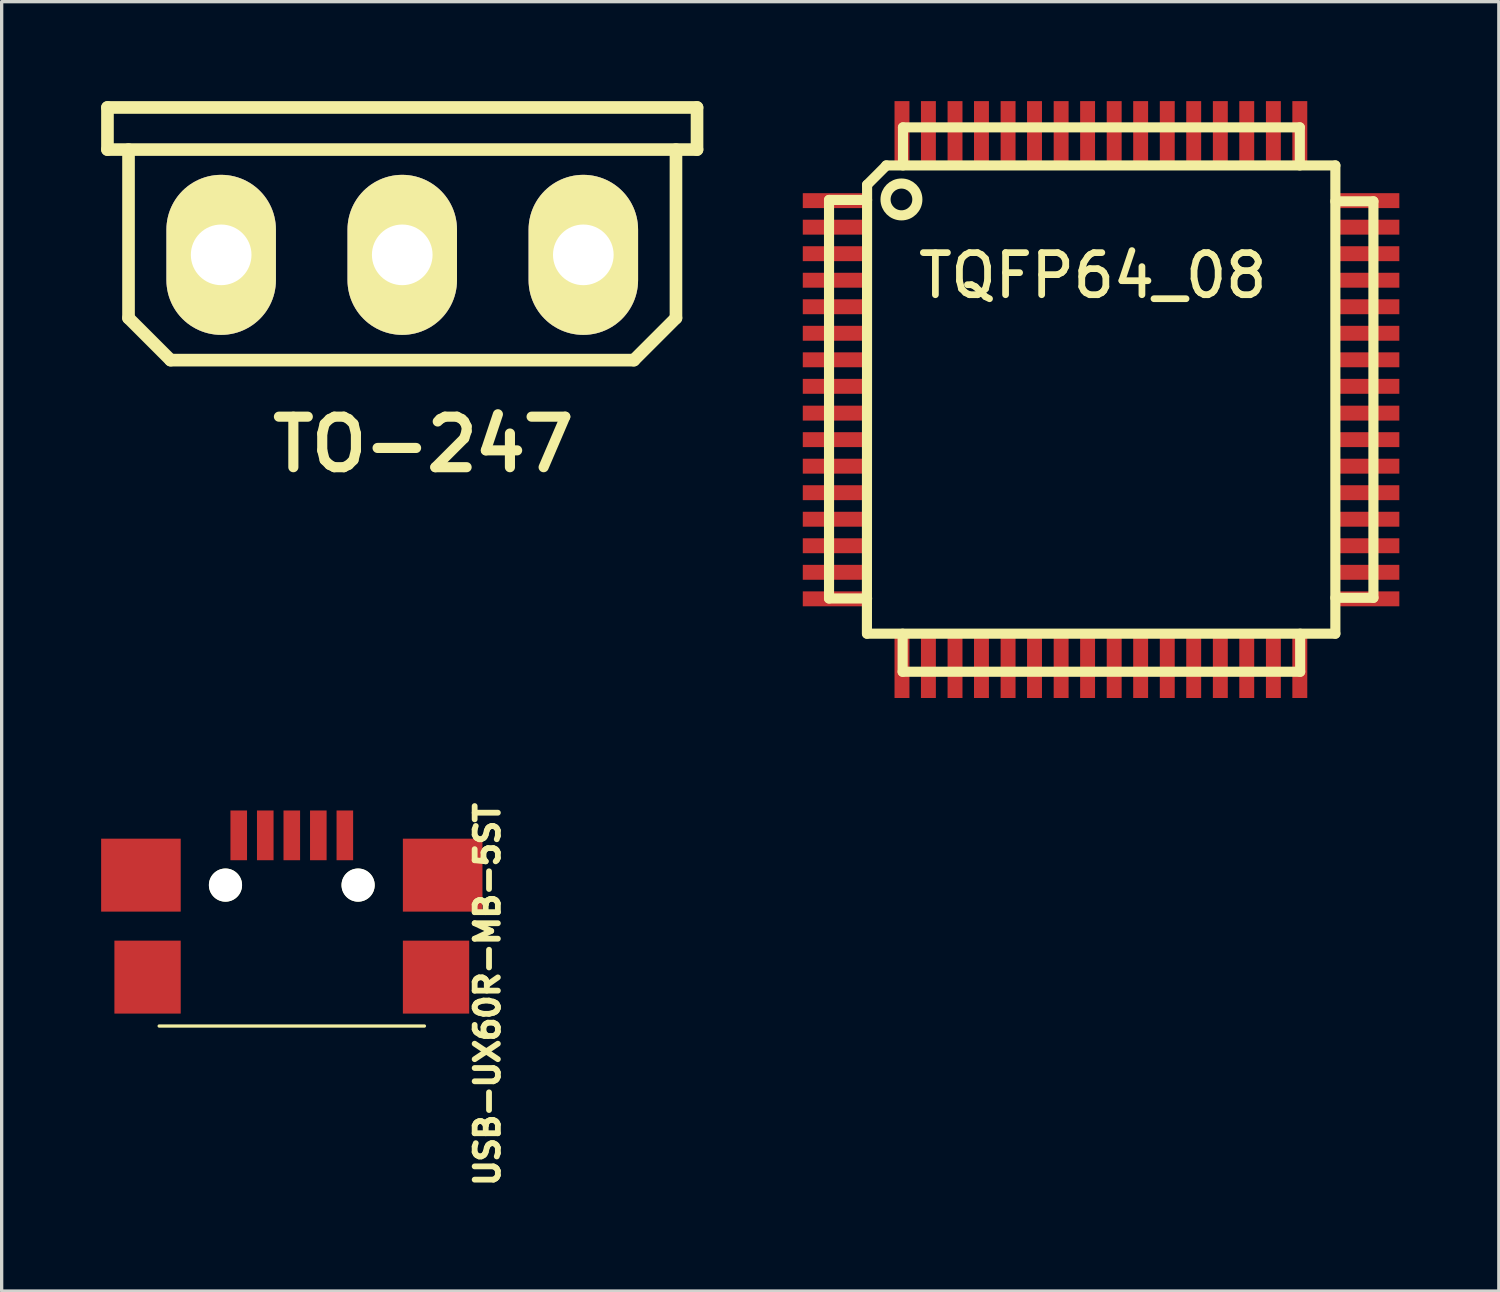
<source format=kicad_pcb>
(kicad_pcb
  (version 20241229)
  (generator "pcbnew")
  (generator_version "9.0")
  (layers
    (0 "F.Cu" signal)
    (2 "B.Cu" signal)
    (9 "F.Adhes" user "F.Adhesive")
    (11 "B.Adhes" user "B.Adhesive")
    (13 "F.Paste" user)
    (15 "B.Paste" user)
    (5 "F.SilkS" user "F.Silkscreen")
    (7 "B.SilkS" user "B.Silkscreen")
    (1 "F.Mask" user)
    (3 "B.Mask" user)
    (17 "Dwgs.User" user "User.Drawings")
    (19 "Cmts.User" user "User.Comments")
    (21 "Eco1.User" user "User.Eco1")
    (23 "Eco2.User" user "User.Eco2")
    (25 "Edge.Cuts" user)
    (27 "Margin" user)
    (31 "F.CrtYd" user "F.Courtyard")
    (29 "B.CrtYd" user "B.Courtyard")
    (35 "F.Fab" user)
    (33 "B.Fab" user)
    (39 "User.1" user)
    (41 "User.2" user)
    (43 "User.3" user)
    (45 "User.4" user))
  (footprint "TO-247"
    (layer "F.Cu")
    (at 9.081 4.636)
    (property "Reference" "TO-247" (at 0.635 5.715 0) (layer "F.SilkS") (effects (font (size 1.524 1.524) (thickness 0.305))))
    (attr through_hole)
    (fp_line (start -8.89 -4.445) (end 8.89 -4.445) (stroke (width 0.381) (type solid)) (layer "F.SilkS"))
    (fp_line (start -8.89 -3.175) (end -8.89 -4.445) (stroke (width 0.381) (type solid)) (layer "F.SilkS"))
    (fp_line (start -8.89 -3.175) (end 8.89 -3.175) (stroke (width 0.381) (type solid)) (layer "F.SilkS"))
    (fp_line (start -8.255 1.905) (end -8.255 -3.175) (stroke (width 0.381) (type solid)) (layer "F.SilkS"))
    (fp_line (start -6.985 3.175) (end -8.255 1.905) (stroke (width 0.381) (type solid)) (layer "F.SilkS"))
    (fp_line (start 6.985 3.175) (end -6.985 3.175) (stroke (width 0.381) (type solid)) (layer "F.SilkS"))
    (fp_line (start 8.255 -3.175) (end 8.255 1.905) (stroke (width 0.381) (type solid)) (layer "F.SilkS"))
    (fp_line (start 8.255 1.905) (end 6.985 3.175) (stroke (width 0.381) (type solid)) (layer "F.SilkS"))
    (fp_line (start 8.89 -4.445) (end 8.89 -3.175) (stroke (width 0.381) (type solid)) (layer "F.SilkS"))
    (pad "C" thru_hole oval (at 0 0) (size 3.302 4.826) (drill 1.829) (layers "*.Cu" "*.Mask" "F.SilkS"))
    (pad "E" thru_hole oval (at 5.461 0) (size 3.302 4.826) (drill 1.829) (layers "*.Cu" "*.Mask" "F.SilkS"))
    (pad "G" thru_hole oval (at -5.461 0) (size 3.302 4.826) (drill 1.829) (layers "*.Cu" "*.Mask" "F.SilkS")))
  (footprint "USB-UX60R-MB-5ST"
    (layer "F.Cu")
    (at 5.75 23.643)
    (property "Reference" "USB-UX60R-MB-5ST" (at 5.9 3.3 90) (layer "F.SilkS") (effects (font (size 0.7 0.7) (thickness 0.175))))
    (attr through_hole)
    (fp_line (start -4 4.25) (end 4 4.25) (stroke (width 0.099) (type solid)) (layer "F.SilkS"))
    (pad "" np_thru_hole circle (at -2 0) (size 1 1) (drill 1) (layers "*.Cu" "*.Mask" "F.SilkS"))
    (pad "" np_thru_hole circle (at 2 0) (size 1 1) (drill 1) (layers "*.Cu" "*.Mask" "F.SilkS"))
    (pad "1" smd rect (at 1.6 -1.5) (size 0.5 1.5) (layers "F.Cu" "F.Mask" "F.Paste"))
    (pad "2" smd rect (at 0.8 -1.5) (size 0.5 1.5) (layers "F.Cu" "F.Mask" "F.Paste"))
    (pad "3" smd rect (at 0 -1.5) (size 0.5 1.5) (layers "F.Cu" "F.Mask" "F.Paste"))
    (pad "4" smd rect (at -0.8 -1.5) (size 0.5 1.5) (layers "F.Cu" "F.Mask" "F.Paste"))
    (pad "5" smd rect (at -4.55 -0.3) (size 2.4 2.2) (layers "F.Cu" "F.Mask" "F.Paste"))
    (pad "5" smd rect (at -4.35 2.775) (size 2 2.2) (layers "F.Cu" "F.Mask" "F.Paste"))
    (pad "5" smd rect (at -1.6 -1.5) (size 0.5 1.5) (layers "F.Cu" "F.Mask" "F.Paste"))
    (pad "5" smd rect (at 4.35 2.775) (size 2 2.2) (layers "F.Cu" "F.Mask" "F.Paste"))
    (pad "5" smd rect (at 4.55 -0.3) (size 2.4 2.2) (layers "F.Cu" "F.Mask" "F.Paste")))
  (footprint "TQFP64_08"
    (layer "F.Cu")
    (at 30.151 9)
    (property "Reference" "TQFP64_08" (at -0.244 -3.739 0) (layer "F.SilkS") (effects (font (size 1.27 1.27) (thickness 0.203))))
    (attr through_hole)
    (fp_line (start -8.199 -6.02) (end -7.051 -6.02) (stroke (width 0.305) (type solid)) (layer "F.SilkS"))
    (fp_line (start -8.199 5.999) (end -8.199 -6.02) (stroke (width 0.305) (type solid)) (layer "F.SilkS"))
    (fp_line (start -7.051 -6.477) (end -7.056 7.061) (stroke (width 0.305) (type solid)) (layer "F.SilkS"))
    (fp_line (start -7.051 -6.477) (end -6.467 -7.061) (stroke (width 0.305) (type solid)) (layer "F.SilkS"))
    (fp_line (start -7.051 5.999) (end -8.199 5.999) (stroke (width 0.305) (type solid)) (layer "F.SilkS"))
    (fp_line (start -7.051 7.061) (end 7.071 7.061) (stroke (width 0.305) (type solid)) (layer "F.SilkS"))
    (fp_line (start -5.979 8.209) (end -5.979 7.061) (stroke (width 0.305) (type solid)) (layer "F.SilkS"))
    (fp_line (start -5.969 -8.209) (end 5.999 -8.209) (stroke (width 0.305) (type solid)) (layer "F.SilkS"))
    (fp_line (start -5.969 -7.061) (end -5.969 -8.209) (stroke (width 0.305) (type solid)) (layer "F.SilkS"))
    (fp_line (start 5.999 -8.209) (end 5.999 -7.061) (stroke (width 0.305) (type solid)) (layer "F.SilkS"))
    (fp_line (start 6.01 7.061) (end 6.01 8.209) (stroke (width 0.305) (type solid)) (layer "F.SilkS"))
    (fp_line (start 6.01 8.209) (end -5.979 8.209) (stroke (width 0.305) (type solid)) (layer "F.SilkS"))
    (fp_line (start 7.071 -7.061) (end -6.477 -7.061) (stroke (width 0.305) (type solid)) (layer "F.SilkS"))
    (fp_line (start 7.071 -7.061) (end 7.071 7.061) (stroke (width 0.305) (type solid)) (layer "F.SilkS"))
    (fp_line (start 7.071 -5.979) (end 8.219 -5.979) (stroke (width 0.305) (type solid)) (layer "F.SilkS"))
    (fp_line (start 8.219 -5.979) (end 8.219 5.979) (stroke (width 0.305) (type solid)) (layer "F.SilkS"))
    (fp_line (start 8.219 5.979) (end 7.071 5.979) (stroke (width 0.305) (type solid)) (layer "F.SilkS"))
    (fp_circle (center -6.015 -6.035) (end -5.608 -5.781) (stroke (width 0.305) (type solid)) (fill no) (layer "F.SilkS"))
    (pad "1" smd rect (at -7.991 -5.999) (size 1.999 0.45) (layers "F.Cu" "F.Mask" "F.Paste"))
    (pad "2" smd rect (at -7.991 -5.199) (size 1.999 0.45) (layers "F.Cu" "F.Mask" "F.Paste"))
    (pad "3" smd rect (at -7.991 -4.399) (size 1.999 0.45) (layers "F.Cu" "F.Mask" "F.Paste"))
    (pad "4" smd rect (at -7.991 -3.599) (size 1.999 0.45) (layers "F.Cu" "F.Mask" "F.Paste"))
    (pad "5" smd rect (at -7.991 -2.799) (size 1.999 0.45) (layers "F.Cu" "F.Mask" "F.Paste"))
    (pad "6" smd rect (at -7.991 -1.999) (size 1.999 0.45) (layers "F.Cu" "F.Mask" "F.Paste"))
    (pad "7" smd rect (at -7.991 -1.199) (size 1.999 0.45) (layers "F.Cu" "F.Mask" "F.Paste"))
    (pad "8" smd rect (at -7.991 -0.399) (size 1.999 0.45) (layers "F.Cu" "F.Mask" "F.Paste"))
    (pad "9" smd rect (at -7.991 0.409) (size 1.999 0.45) (layers "F.Cu" "F.Mask" "F.Paste"))
    (pad "10" smd rect (at -7.991 1.209) (size 1.999 0.45) (layers "F.Cu" "F.Mask" "F.Paste"))
    (pad "11" smd rect (at -7.991 2.009) (size 1.999 0.45) (layers "F.Cu" "F.Mask" "F.Paste"))
    (pad "12" smd rect (at -7.991 2.809) (size 1.999 0.45) (layers "F.Cu" "F.Mask" "F.Paste"))
    (pad "13" smd rect (at -7.991 3.609) (size 1.999 0.45) (layers "F.Cu" "F.Mask" "F.Paste"))
    (pad "14" smd rect (at -7.991 4.409) (size 1.999 0.45) (layers "F.Cu" "F.Mask" "F.Paste"))
    (pad "15" smd rect (at -7.991 5.21) (size 1.999 0.45) (layers "F.Cu" "F.Mask" "F.Paste"))
    (pad "16" smd rect (at -7.991 6.01) (size 1.999 0.45) (layers "F.Cu" "F.Mask" "F.Paste"))
    (pad "17" smd rect (at -5.999 8.001) (size 0.45 1.999) (layers "F.Cu" "F.Mask" "F.Paste"))
    (pad "18" smd rect (at -5.202 8.001) (size 0.45 1.999) (layers "F.Cu" "F.Mask" "F.Paste"))
    (pad "19" smd rect (at -4.399 8.001) (size 0.45 1.999) (layers "F.Cu" "F.Mask" "F.Paste"))
    (pad "20" smd rect (at -3.602 8.001) (size 0.45 1.999) (layers "F.Cu" "F.Mask" "F.Paste"))
    (pad "21" smd rect (at -2.799 8.001) (size 0.45 1.999) (layers "F.Cu" "F.Mask" "F.Paste"))
    (pad "22" smd rect (at -2.002 8.001) (size 0.45 1.999) (layers "F.Cu" "F.Mask" "F.Paste"))
    (pad "23" smd rect (at -1.199 8.001) (size 0.45 1.999) (layers "F.Cu" "F.Mask" "F.Paste"))
    (pad "24" smd rect (at -0.401 8.001) (size 0.45 1.999) (layers "F.Cu" "F.Mask" "F.Paste"))
    (pad "25" smd rect (at 0.401 8.001) (size 0.45 1.999) (layers "F.Cu" "F.Mask" "F.Paste"))
    (pad "26" smd rect (at 1.199 8.001) (size 0.45 1.999) (layers "F.Cu" "F.Mask" "F.Paste"))
    (pad "27" smd rect (at 2.002 8.001) (size 0.45 1.999) (layers "F.Cu" "F.Mask" "F.Paste"))
    (pad "28" smd rect (at 2.799 8.001) (size 0.45 1.999) (layers "F.Cu" "F.Mask" "F.Paste"))
    (pad "29" smd rect (at 3.602 8.001) (size 0.45 1.999) (layers "F.Cu" "F.Mask" "F.Paste"))
    (pad "30" smd rect (at 4.399 8.001) (size 0.45 1.999) (layers "F.Cu" "F.Mask" "F.Paste"))
    (pad "31" smd rect (at 5.202 8.001) (size 0.45 1.999) (layers "F.Cu" "F.Mask" "F.Paste"))
    (pad "32" smd rect (at 5.999 8.001) (size 0.45 1.999) (layers "F.Cu" "F.Mask" "F.Paste"))
    (pad "33" smd rect (at 8.001 6.01) (size 1.999 0.45) (layers "F.Cu" "F.Mask" "F.Paste"))
    (pad "34" smd rect (at 8.001 5.21) (size 1.999 0.45) (layers "F.Cu" "F.Mask" "F.Paste"))
    (pad "35" smd rect (at 8.001 4.409) (size 1.999 0.45) (layers "F.Cu" "F.Mask" "F.Paste"))
    (pad "36" smd rect (at 8.001 3.609) (size 1.999 0.45) (layers "F.Cu" "F.Mask" "F.Paste"))
    (pad "37" smd rect (at 8.001 2.809) (size 1.999 0.45) (layers "F.Cu" "F.Mask" "F.Paste"))
    (pad "38" smd rect (at 8.001 2.009) (size 1.999 0.45) (layers "F.Cu" "F.Mask" "F.Paste"))
    (pad "39" smd rect (at 8.001 1.209) (size 1.999 0.45) (layers "F.Cu" "F.Mask" "F.Paste"))
    (pad "40" smd rect (at 8.001 0.409) (size 1.999 0.45) (layers "F.Cu" "F.Mask" "F.Paste"))
    (pad "41" smd rect (at 8.001 -0.399) (size 1.999 0.45) (layers "F.Cu" "F.Mask" "F.Paste"))
    (pad "42" smd rect (at 8.001 -1.199) (size 1.999 0.45) (layers "F.Cu" "F.Mask" "F.Paste"))
    (pad "43" smd rect (at 8.001 -1.999) (size 1.999 0.45) (layers "F.Cu" "F.Mask" "F.Paste"))
    (pad "44" smd rect (at 8.001 -2.799) (size 1.999 0.45) (layers "F.Cu" "F.Mask" "F.Paste"))
    (pad "45" smd rect (at 8.001 -3.599) (size 1.999 0.45) (layers "F.Cu" "F.Mask" "F.Paste"))
    (pad "46" smd rect (at 8.001 -4.399) (size 1.999 0.45) (layers "F.Cu" "F.Mask" "F.Paste"))
    (pad "47" smd rect (at 8.001 -5.199) (size 1.999 0.45) (layers "F.Cu" "F.Mask" "F.Paste"))
    (pad "48" smd rect (at 8.001 -5.999) (size 1.999 0.45) (layers "F.Cu" "F.Mask" "F.Paste"))
    (pad "49" smd rect (at 5.999 -8.001) (size 0.45 1.999) (layers "F.Cu" "F.Mask" "F.Paste"))
    (pad "50" smd rect (at 5.202 -8.001) (size 0.45 1.999) (layers "F.Cu" "F.Mask" "F.Paste"))
    (pad "51" smd rect (at 4.399 -8.001) (size 0.45 1.999) (layers "F.Cu" "F.Mask" "F.Paste"))
    (pad "52" smd rect (at 3.602 -8.001) (size 0.45 1.999) (layers "F.Cu" "F.Mask" "F.Paste"))
    (pad "53" smd rect (at 2.799 -8.001) (size 0.45 1.999) (layers "F.Cu" "F.Mask" "F.Paste"))
    (pad "54" smd rect (at 2.002 -8.001) (size 0.45 1.999) (layers "F.Cu" "F.Mask" "F.Paste"))
    (pad "55" smd rect (at 1.199 -8.001) (size 0.45 1.999) (layers "F.Cu" "F.Mask" "F.Paste"))
    (pad "56" smd rect (at 0.401 -8.001) (size 0.45 1.999) (layers "F.Cu" "F.Mask" "F.Paste"))
    (pad "57" smd rect (at -0.401 -8.001) (size 0.45 1.999) (layers "F.Cu" "F.Mask" "F.Paste"))
    (pad "58" smd rect (at -1.199 -8.001) (size 0.45 1.999) (layers "F.Cu" "F.Mask" "F.Paste"))
    (pad "59" smd rect (at -2.002 -8.001) (size 0.45 1.999) (layers "F.Cu" "F.Mask" "F.Paste"))
    (pad "60" smd rect (at -2.799 -8.001) (size 0.45 1.999) (layers "F.Cu" "F.Mask" "F.Paste"))
    (pad "61" smd rect (at -3.602 -8.001) (size 0.45 1.999) (layers "F.Cu" "F.Mask" "F.Paste"))
    (pad "62" smd rect (at -4.399 -8.001) (size 0.45 1.999) (layers "F.Cu" "F.Mask" "F.Paste"))
    (pad "63" smd rect (at -5.202 -8.001) (size 0.45 1.999) (layers "F.Cu" "F.Mask" "F.Paste"))
    (pad "64" smd rect (at -5.999 -8.001) (size 0.45 1.999) (layers "F.Cu" "F.Mask" "F.Paste")))
  (gr_rect
    (start -3 -3)
    (end 42.152 35.886)
    (stroke (width 0.1) (type default))
    (fill no)
    (layer "Edge.Cuts")))
</source>
